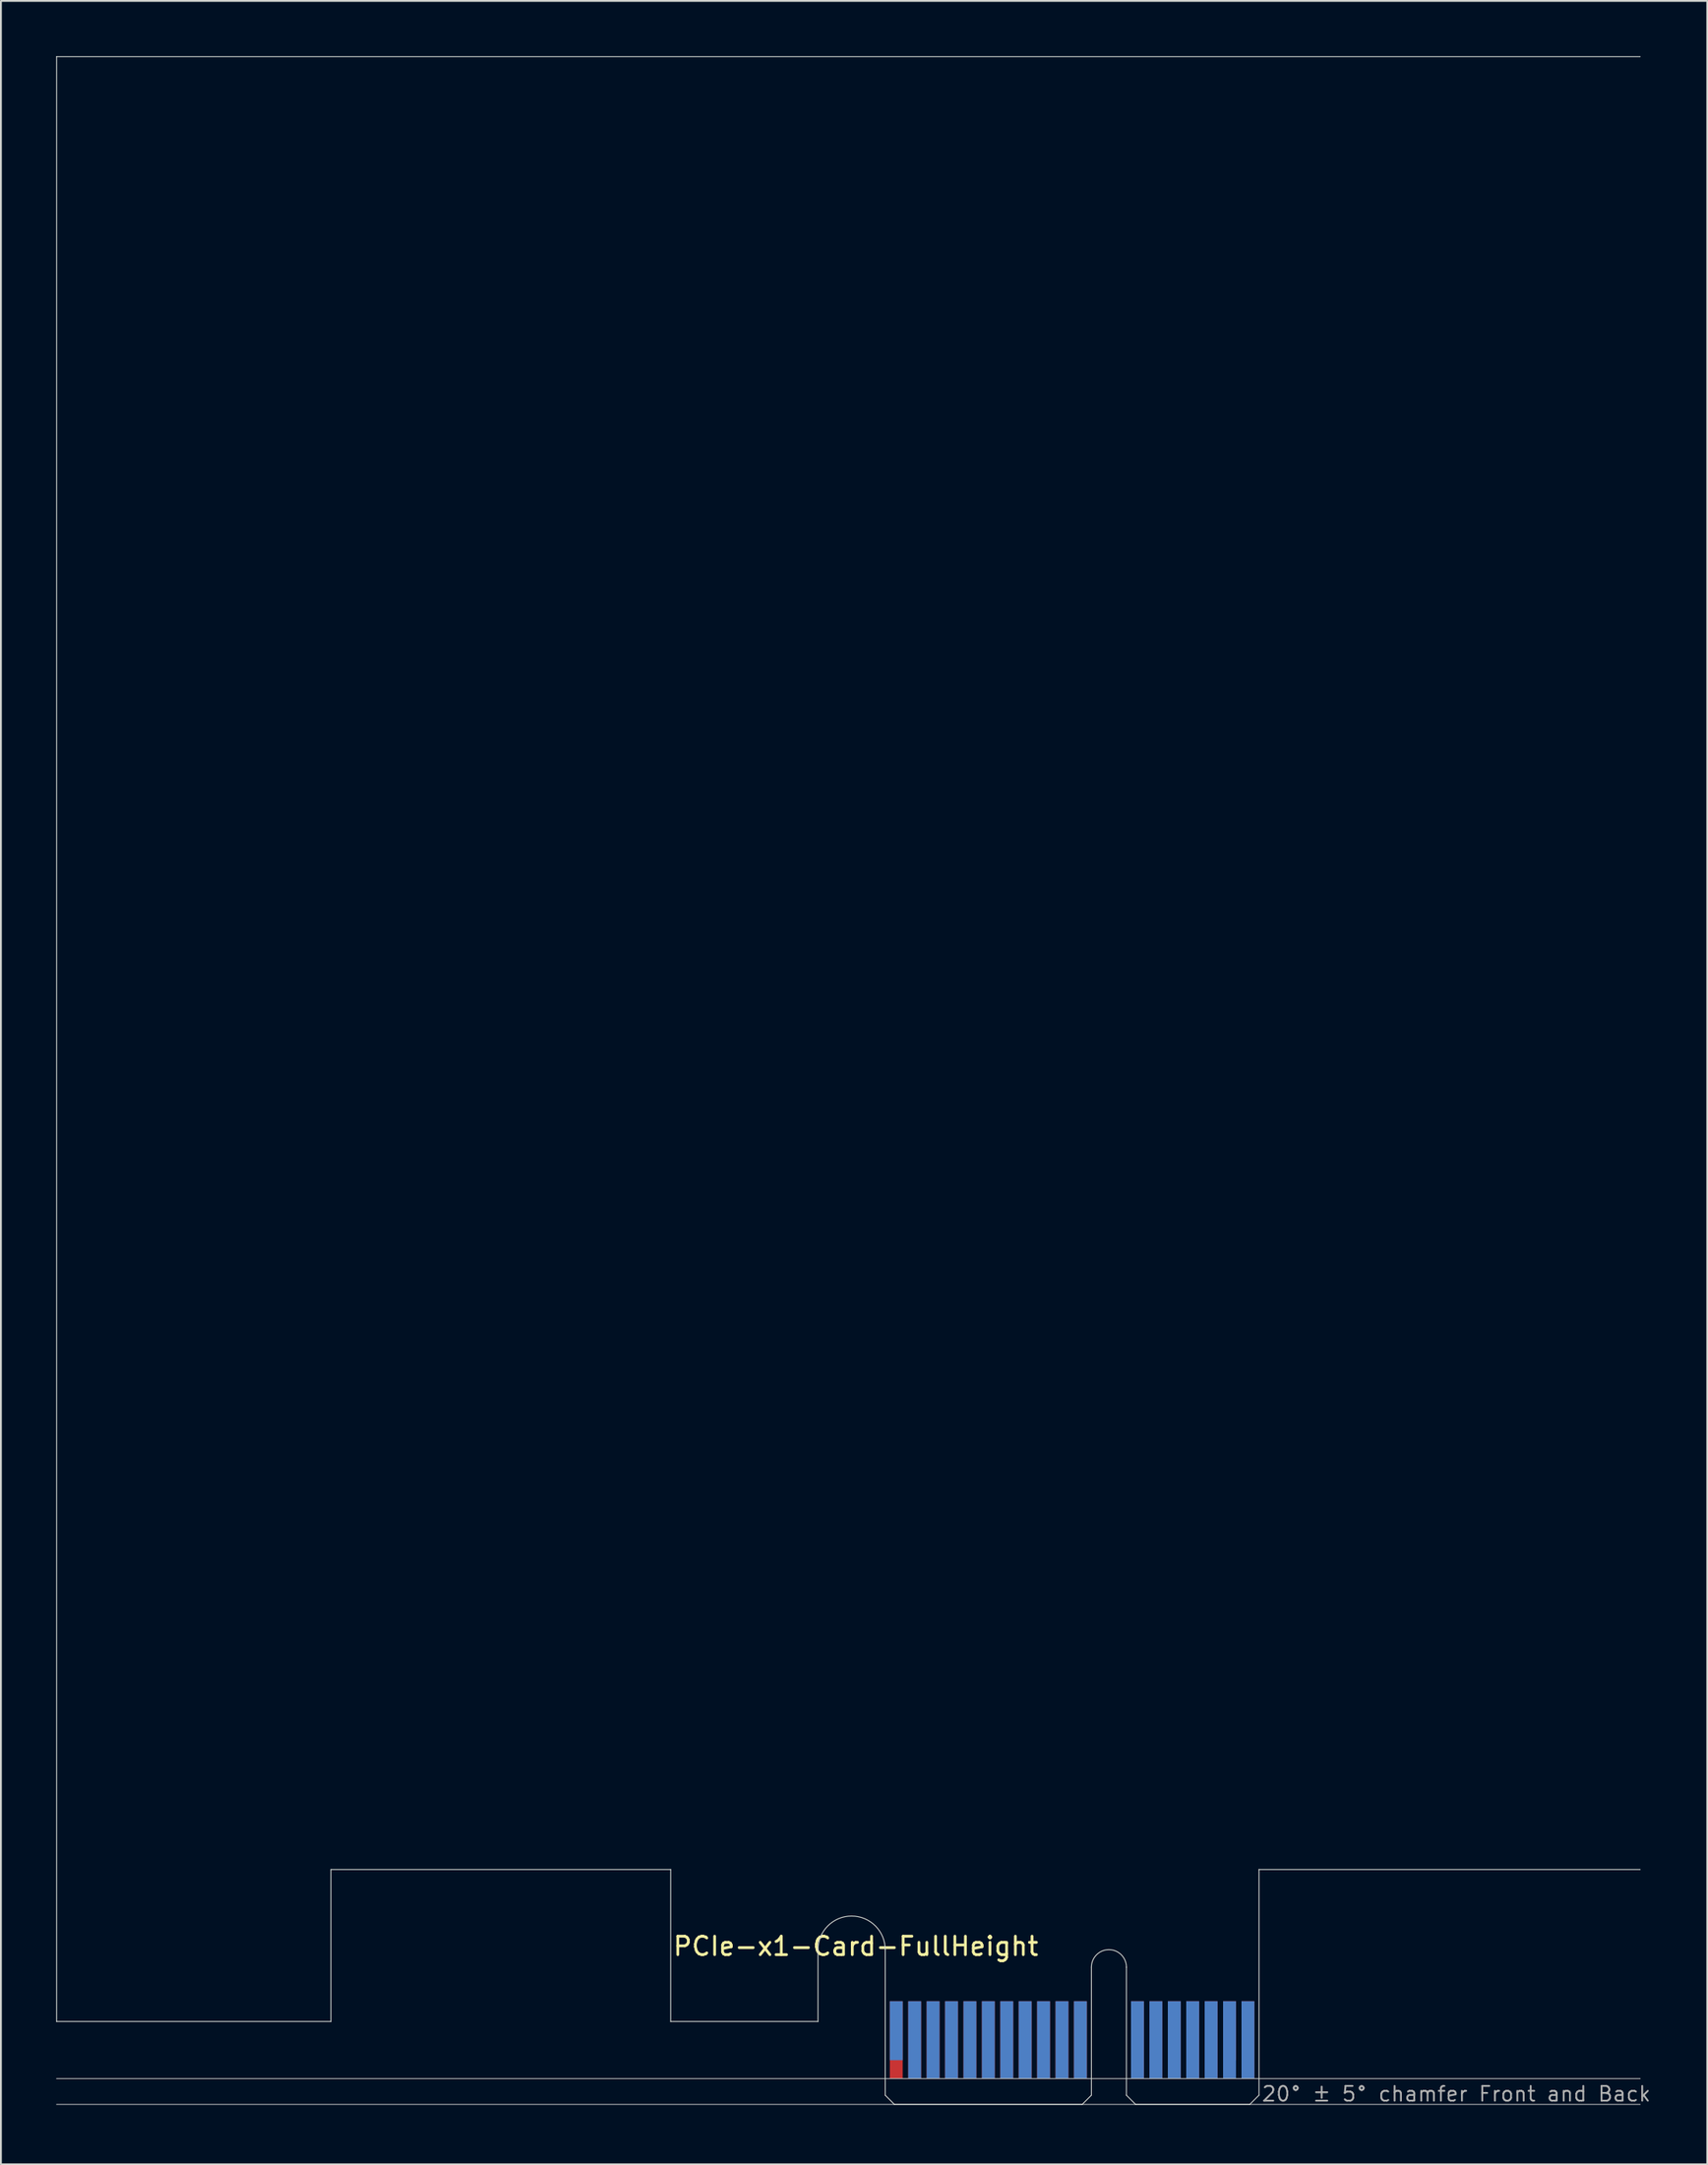
<source format=kicad_pcb>
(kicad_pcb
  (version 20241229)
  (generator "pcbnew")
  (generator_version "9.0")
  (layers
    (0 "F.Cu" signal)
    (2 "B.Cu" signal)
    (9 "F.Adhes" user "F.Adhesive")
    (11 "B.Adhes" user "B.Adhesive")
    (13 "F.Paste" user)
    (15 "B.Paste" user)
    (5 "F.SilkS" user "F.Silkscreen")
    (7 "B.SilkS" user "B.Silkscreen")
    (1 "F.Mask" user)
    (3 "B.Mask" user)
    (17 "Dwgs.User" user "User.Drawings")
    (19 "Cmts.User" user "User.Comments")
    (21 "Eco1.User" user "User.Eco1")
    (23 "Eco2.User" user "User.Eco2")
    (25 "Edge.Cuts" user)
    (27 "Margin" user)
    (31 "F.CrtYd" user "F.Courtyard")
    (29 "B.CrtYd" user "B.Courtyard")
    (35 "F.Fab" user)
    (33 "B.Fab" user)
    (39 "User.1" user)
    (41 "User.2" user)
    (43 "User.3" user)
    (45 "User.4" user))
  (footprint "PCIe-x1-Card-FullHeight"
    (layer "F.Cu")
    (at 45.025 111.175)
    (property "Reference" "PCIe-x1-Card-FullHeight" (at -11.6 -8 0) (layer "F.SilkS") (effects (font (size 1 1) (thickness 0.15)) (justify left bottom)))
    (attr exclude_from_pos_files exclude_from_bom)
    (fp_poly (pts (xy -3.65 -4.5) (xy -11.65 -4.5) (xy -11.65 -7.95) (xy -3.65 -7.95)) (stroke (width 0.1) (type solid)) (fill yes) (layer "F.Mask"))
    (fp_poly (pts (xy 11.2 -5.45) (xy 0 -5.45) (xy 0 0) (xy 11.2 0)) (stroke (width 0.1) (type solid)) (fill yes) (layer "F.Mask"))
    (fp_poly (pts (xy 20.3 -5.45) (xy 13.1 -5.45) (xy 13.1 0) (xy 20.3 0)) (stroke (width 0.1) (type solid)) (fill yes) (layer "F.Mask"))
    (fp_poly (pts (xy -3.65 -7.95) (xy -11.65 -7.95) (xy -11.65 -4.5) (xy -3.65 -4.5)) (stroke (width 0.1) (type solid)) (fill yes) (layer "B.Mask"))
    (fp_poly (pts (xy 11.2 0) (xy 0 0) (xy 0 -5.45) (xy 11.2 -5.45)) (stroke (width 0.1) (type solid)) (fill yes) (layer "B.Mask"))
    (fp_poly (pts (xy 20.3 -5.45) (xy 13.1 -5.45) (xy 13.1 0) (xy 20.3 0)) (stroke (width 0.1) (type solid)) (fill yes) (layer "B.Mask"))
    (fp_line (start -45 -111.15) (end 41 -111.15) (stroke (width 0.05) (type solid)) (layer "Edge.Cuts"))
    (fp_line (start -45 -4.5) (end -45 -111.15) (stroke (width 0.05) (type solid)) (layer "Edge.Cuts"))
    (fp_line (start -30.1 -12.75) (end -30.1 -4.5) (stroke (width 0.05) (type solid)) (layer "Edge.Cuts"))
    (fp_line (start -30.1 -4.5) (end -45 -4.5) (stroke (width 0.05) (type solid)) (layer "Edge.Cuts"))
    (fp_line (start -11.65 -12.75) (end -30.1 -12.75) (stroke (width 0.05) (type solid)) (layer "Edge.Cuts"))
    (fp_line (start -11.65 -4.5) (end -11.65 -12.75) (stroke (width 0.05) (type solid)) (layer "Edge.Cuts"))
    (fp_line (start -3.65 -4.5) (end -11.65 -4.5) (stroke (width 0.05) (type solid)) (layer "Edge.Cuts"))
    (fp_line (start -3.65 -4.5) (end -3.65 -8.4) (stroke (width 0.05) (type solid)) (layer "Edge.Cuts"))
    (fp_line (start 0 -0.5) (end 0 -8.4) (stroke (width 0.05) (type solid)) (layer "Edge.Cuts"))
    (fp_line (start 0.5 0) (end 0 -0.5) (stroke (width 0.05) (type solid)) (layer "Edge.Cuts"))
    (fp_line (start 0.5 0) (end 10.7 0) (stroke (width 0.05) (type solid)) (layer "Edge.Cuts"))
    (fp_line (start 10.7 0) (end 11.2 -0.5) (stroke (width 0.05) (type solid)) (layer "Edge.Cuts"))
    (fp_line (start 11.2 -0.5) (end 11.2 -7.45) (stroke (width 0.05) (type solid)) (layer "Edge.Cuts"))
    (fp_line (start 13.1 -0.5) (end 13.1 -7.45) (stroke (width 0.05) (type solid)) (layer "Edge.Cuts"))
    (fp_line (start 13.6 0) (end 13.1 -0.5) (stroke (width 0.05) (type solid)) (layer "Edge.Cuts"))
    (fp_line (start 19.8 0) (end 13.6 0) (stroke (width 0.05) (type solid)) (layer "Edge.Cuts"))
    (fp_line (start 19.8 0) (end 20.3 -0.5) (stroke (width 0.05) (type solid)) (layer "Edge.Cuts"))
    (fp_line (start 20.3 -12.75) (end 41 -12.75) (stroke (width 0.05) (type solid)) (layer "Edge.Cuts"))
    (fp_line (start 20.3 -0.5) (end 20.3 -12.75) (stroke (width 0.05) (type solid)) (layer "Edge.Cuts"))
    (fp_arc (start -3.65 -8.4) (mid -1.825 -10.225) (end 0 -8.4) (stroke (width 0.05) (type solid)) (layer "Edge.Cuts"))
    (fp_arc (start 11.2 -7.45) (mid 12.15 -8.4) (end 13.1 -7.45) (stroke (width 0.05) (type solid)) (layer "Edge.Cuts"))
    (fp_line (start -45 -1.4) (end 41 -1.4) (stroke (width 0.05) (type solid)) (layer "F.Fab"))
    (fp_line (start 41 0) (end -45 0) (stroke (width 0.05) (type solid)) (layer "F.Fab"))
    (fp_text user "20° ± 5° chamfer Front and Back" (at 20.4 -0.1 0) (layer "F.Fab") (effects (font (size 0.8 0.8) (thickness 0.1)) (justify left bottom)))
    (pad "A1" smd rect (at 0.6 -4) (size 0.7 3.2) (layers "B.Cu"))
    (pad "A2" smd rect (at 1.6 -3.5) (size 0.7 4.2) (layers "B.Cu"))
    (pad "A3" smd rect (at 2.6 -3.5) (size 0.7 4.2) (layers "B.Cu"))
    (pad "A4" smd rect (at 3.6 -3.5) (size 0.7 4.2) (layers "B.Cu"))
    (pad "A5" smd rect (at 4.6 -3.5) (size 0.7 4.2) (layers "B.Cu"))
    (pad "A6" smd rect (at 5.6 -3.5) (size 0.7 4.2) (layers "B.Cu"))
    (pad "A7" smd rect (at 6.6 -3.5) (size 0.7 4.2) (layers "B.Cu"))
    (pad "A8" smd rect (at 7.6 -3.5) (size 0.7 4.2) (layers "B.Cu"))
    (pad "A9" smd rect (at 8.6 -3.5) (size 0.7 4.2) (layers "B.Cu"))
    (pad "A10" smd rect (at 9.6 -3.5) (size 0.7 4.2) (layers "B.Cu"))
    (pad "A11" smd rect (at 10.6 -3.5) (size 0.7 4.2) (layers "B.Cu"))
    (pad "A12" smd rect (at 13.7 -3.5) (size 0.7 4.2) (layers "B.Cu"))
    (pad "A13" smd rect (at 14.7 -3.5) (size 0.7 4.2) (layers "B.Cu"))
    (pad "A14" smd rect (at 15.7 -3.5) (size 0.7 4.2) (layers "B.Cu"))
    (pad "A15" smd rect (at 16.7 -3.5) (size 0.7 4.2) (layers "B.Cu"))
    (pad "A16" smd rect (at 17.7 -3.5) (size 0.7 4.2) (layers "B.Cu"))
    (pad "A17" smd rect (at 18.7 -3.5) (size 0.7 4.2) (layers "B.Cu"))
    (pad "A18" smd rect (at 19.7 -3.5) (size 0.7 4.2) (layers "B.Cu"))
    (pad "B1" smd rect (at 0.6 -3.5) (size 0.7 4.2) (layers "F.Cu"))
    (pad "B2" smd rect (at 1.6 -3.5) (size 0.7 4.2) (layers "F.Cu"))
    (pad "B3" smd rect (at 2.6 -3.5) (size 0.7 4.2) (layers "F.Cu"))
    (pad "B4" smd rect (at 3.6 -3.5) (size 0.7 4.2) (layers "F.Cu"))
    (pad "B5" smd rect (at 4.6 -3.5) (size 0.7 4.2) (layers "F.Cu"))
    (pad "B6" smd rect (at 5.6 -3.5) (size 0.7 4.2) (layers "F.Cu"))
    (pad "B7" smd rect (at 6.6 -3.5) (size 0.7 4.2) (layers "F.Cu"))
    (pad "B8" smd rect (at 7.6 -3.5) (size 0.7 4.2) (layers "F.Cu"))
    (pad "B9" smd rect (at 8.6 -3.5) (size 0.7 4.2) (layers "F.Cu"))
    (pad "B10" smd rect (at 9.6 -3.5) (size 0.7 4.2) (layers "F.Cu"))
    (pad "B11" smd rect (at 10.6 -3.5) (size 0.7 4.2) (layers "F.Cu"))
    (pad "B12" smd rect (at 13.7 -3.5) (size 0.7 4.2) (layers "F.Cu"))
    (pad "B13" smd rect (at 14.7 -3.5) (size 0.7 4.2) (layers "F.Cu"))
    (pad "B14" smd rect (at 15.7 -3.5) (size 0.7 4.2) (layers "F.Cu"))
    (pad "B15" smd rect (at 16.7 -3.5) (size 0.7 4.2) (layers "F.Cu"))
    (pad "B16" smd rect (at 17.7 -3.5) (size 0.7 4.2) (layers "F.Cu"))
    (pad "B17" smd rect (at 18.7 -4) (size 0.7 3.2) (layers "F.Cu"))
    (pad "B18" smd rect (at 19.7 -3.5) (size 0.7 4.2) (layers "F.Cu")))
  (gr_rect
    (start -3 -3)
    (end 89.67 114.425)
    (stroke (width 0.1) (type default))
    (fill no)
    (layer "Edge.Cuts")))
</source>
